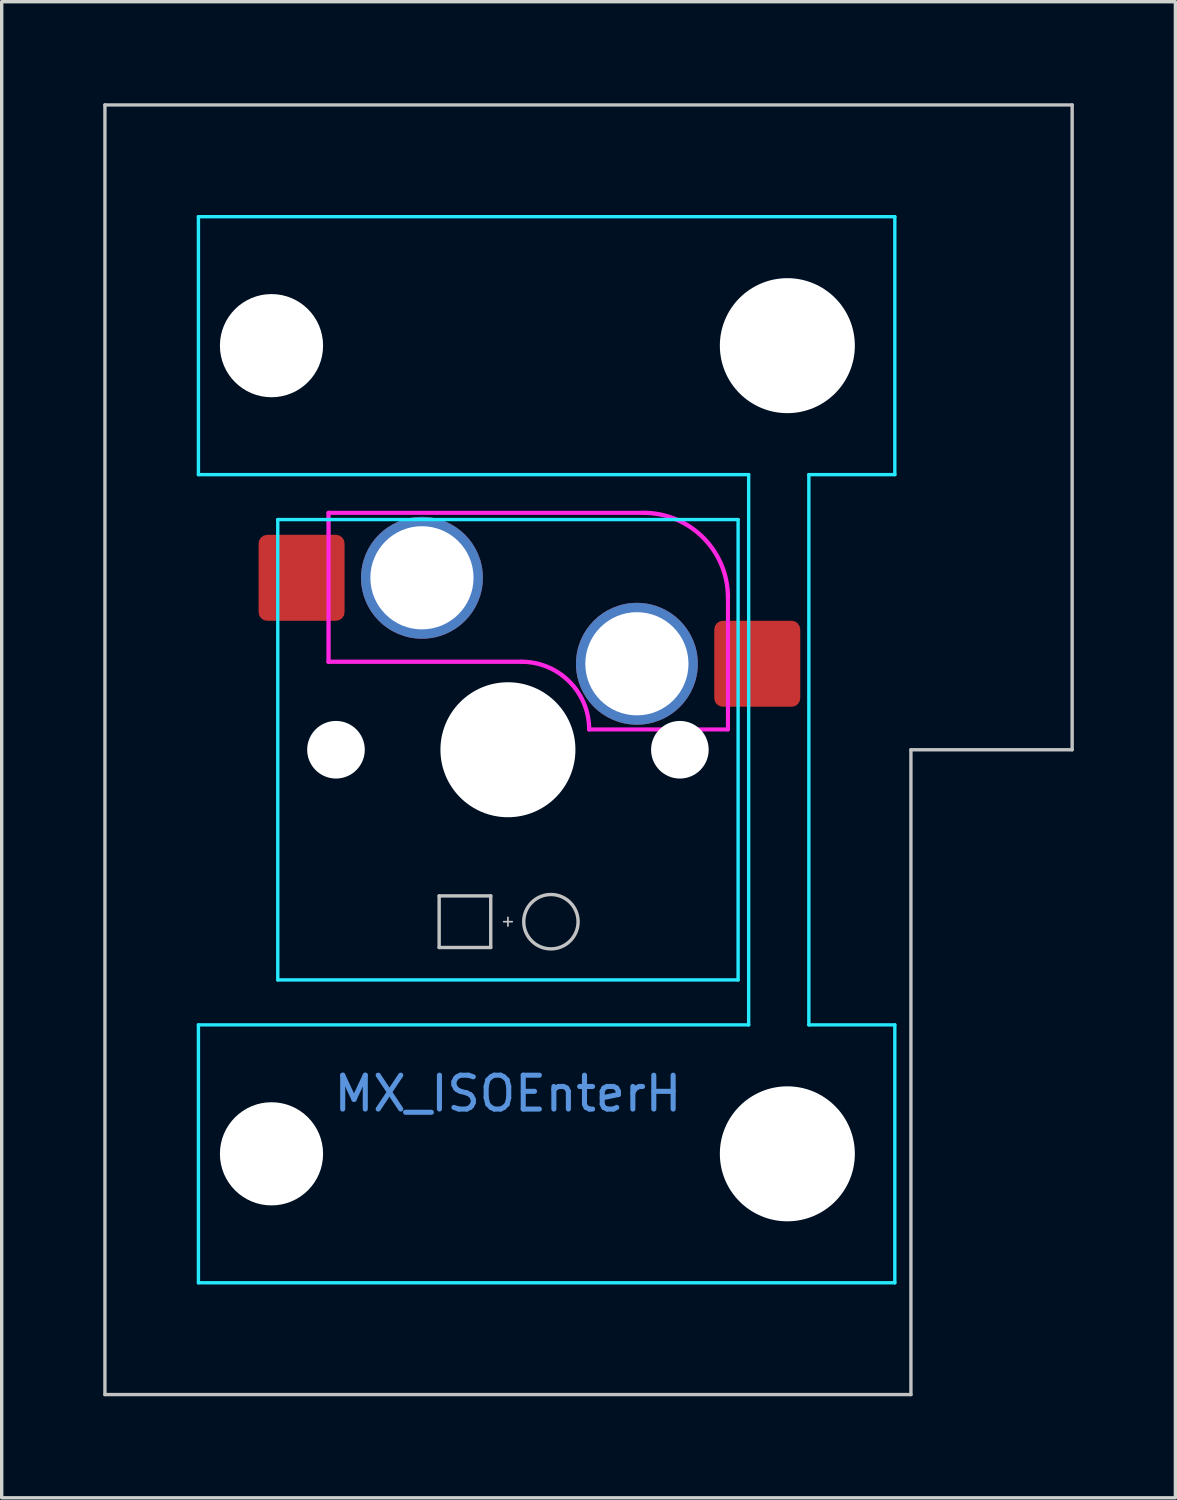
<source format=kicad_pcb>
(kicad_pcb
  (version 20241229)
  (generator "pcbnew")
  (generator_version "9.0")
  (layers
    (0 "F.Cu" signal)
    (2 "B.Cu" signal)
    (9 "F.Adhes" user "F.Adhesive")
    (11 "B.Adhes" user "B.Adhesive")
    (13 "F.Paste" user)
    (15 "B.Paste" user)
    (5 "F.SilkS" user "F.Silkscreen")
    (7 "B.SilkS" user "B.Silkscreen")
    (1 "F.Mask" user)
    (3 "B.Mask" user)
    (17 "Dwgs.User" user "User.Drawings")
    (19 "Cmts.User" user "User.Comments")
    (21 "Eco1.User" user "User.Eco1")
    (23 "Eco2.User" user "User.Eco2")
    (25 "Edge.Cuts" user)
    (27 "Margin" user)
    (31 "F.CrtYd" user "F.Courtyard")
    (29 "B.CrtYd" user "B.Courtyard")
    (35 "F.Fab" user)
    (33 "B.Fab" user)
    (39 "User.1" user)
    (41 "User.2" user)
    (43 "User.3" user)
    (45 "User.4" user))
  (footprint "MX_ISOEnterH"
    (layer "F.Cu")
    (at 11.956 19.1)
    (property "Reference" "MX_ISOEnterH" (at 0 10.16 0) (unlocked yes) (layer "Cmts.User") (effects (font (size 1 1) (thickness 0.15))))
    (attr smd)
    (fp_line (start -11.906 19.05) (end -11.906 -19.05) (stroke (width 0.1) (type solid)) (layer "Dwgs.User"))
    (fp_line (start -2.032 4.318) (end -2.032 5.842) (stroke (width 0.1) (type solid)) (layer "Dwgs.User"))
    (fp_line (start -2.032 5.842) (end -0.508 5.842) (stroke (width 0.1) (type solid)) (layer "Dwgs.User"))
    (fp_line (start -0.508 4.318) (end -2.032 4.318) (stroke (width 0.1) (type solid)) (layer "Dwgs.User"))
    (fp_line (start -0.508 4.318) (end -0.508 5.842) (stroke (width 0.1) (type solid)) (layer "Dwgs.User"))
    (fp_line (start -0.127 5.08) (end 0.127 5.08) (stroke (width 0.05) (type solid)) (layer "Dwgs.User"))
    (fp_line (start 0 5.207) (end 0 4.953) (stroke (width 0.05) (type solid)) (layer "Dwgs.User"))
    (fp_line (start 11.906 19.05) (end -11.906 19.05) (stroke (width 0.1) (type solid)) (layer "Dwgs.User"))
    (fp_line (start 11.906 19.05) (end 11.906 0) (stroke (width 0.1) (type solid)) (layer "Dwgs.User"))
    (fp_line (start 16.669 -19.05) (end -11.906 -19.05) (stroke (width 0.1) (type solid)) (layer "Dwgs.User"))
    (fp_line (start 16.669 0) (end 11.906 0) (stroke (width 0.1) (type solid)) (layer "Dwgs.User"))
    (fp_line (start 16.669 0) (end 16.669 -19.05) (stroke (width 0.1) (type solid)) (layer "Dwgs.User"))
    (fp_circle (center 1.27 5.08) (end 1.27 5.883) (stroke (width 0.1) (type solid)) (fill no) (layer "Dwgs.User"))
    (fp_line (start -7 -6.5) (end -7 6.5) (stroke (width 0.1) (type solid)) (layer "Eco1.User"))
    (fp_line (start -6.5 7) (end 6.5 7) (stroke (width 0.1) (type solid)) (layer "Eco1.User"))
    (fp_line (start -5.985 -8.938) (end -5.985 -14.938) (stroke (width 0.1) (type solid)) (layer "Eco1.User"))
    (fp_line (start -5.985 14.938) (end -5.985 8.938) (stroke (width 0.1) (type solid)) (layer "Eco1.User"))
    (fp_line (start -5.485 -8.438) (end 8.515 -8.438) (stroke (width 0.1) (type solid)) (layer "Eco1.User"))
    (fp_line (start -5.485 15.438) (end 8.515 15.438) (stroke (width 0.1) (type solid)) (layer "Eco1.User"))
    (fp_line (start 6.5 -7) (end -6.5 -7) (stroke (width 0.1) (type solid)) (layer "Eco1.User"))
    (fp_line (start 7 6.5) (end 7 -6.5) (stroke (width 0.1) (type solid)) (layer "Eco1.User"))
    (fp_line (start 8.515 -15.438) (end -5.485 -15.438) (stroke (width 0.1) (type solid)) (layer "Eco1.User"))
    (fp_line (start 8.515 8.438) (end -5.485 8.438) (stroke (width 0.1) (type solid)) (layer "Eco1.User"))
    (fp_line (start 9.015 -14.938) (end 9.015 -8.938) (stroke (width 0.1) (type solid)) (layer "Eco1.User"))
    (fp_line (start 9.015 8.938) (end 9.015 14.938) (stroke (width 0.1) (type solid)) (layer "Eco1.User"))
    (fp_arc (start -7 -6.5) (mid -6.853553 -6.853553) (end -6.5 -7) (stroke (width 0.1) (type solid)) (layer "Eco1.User"))
    (fp_arc (start -6.5 7) (mid -6.853553 6.853553) (end -7 6.5) (stroke (width 0.1) (type solid)) (layer "Eco1.User"))
    (fp_arc (start -5.985 -14.938) (mid -5.838553 -15.291553) (end -5.485 -15.438) (stroke (width 0.1) (type solid)) (layer "Eco1.User"))
    (fp_arc (start -5.985 8.938) (mid -5.838553 8.584447) (end -5.485 8.438) (stroke (width 0.1) (type solid)) (layer "Eco1.User"))
    (fp_arc (start -5.485 -8.438) (mid -5.838553 -8.584447) (end -5.985 -8.938) (stroke (width 0.1) (type solid)) (layer "Eco1.User"))
    (fp_arc (start -5.485 15.438) (mid -5.838553 15.291553) (end -5.985 14.938) (stroke (width 0.1) (type solid)) (layer "Eco1.User"))
    (fp_arc (start 6.5 -7) (mid 6.853553 -6.853553) (end 7 -6.5) (stroke (width 0.1) (type solid)) (layer "Eco1.User"))
    (fp_arc (start 7 6.5) (mid 6.853553 6.853553) (end 6.5 7) (stroke (width 0.1) (type solid)) (layer "Eco1.User"))
    (fp_arc (start 8.515 -15.438) (mid 8.868553 -15.291553) (end 9.015 -14.938) (stroke (width 0.1) (type solid)) (layer "Eco1.User"))
    (fp_arc (start 8.515 8.438) (mid 8.868553 8.584447) (end 9.015 8.938) (stroke (width 0.1) (type solid)) (layer "Eco1.User"))
    (fp_arc (start 9.015 -8.938) (mid 8.868553 -8.584447) (end 8.515 -8.438) (stroke (width 0.1) (type solid)) (layer "Eco1.User"))
    (fp_arc (start 9.015 14.938) (mid 8.868553 15.291553) (end 8.515 15.438) (stroke (width 0.1) (type solid)) (layer "Eco1.User"))
    (fp_line (start -9.144 -15.748) (end 11.43 -15.748) (stroke (width 0.1) (type solid)) (layer "B.CrtYd"))
    (fp_line (start -9.144 -8.128) (end -9.144 -15.748) (stroke (width 0.1) (type solid)) (layer "B.CrtYd"))
    (fp_line (start -9.144 -8.128) (end 7.112 -8.128) (stroke (width 0.1) (type solid)) (layer "B.CrtYd"))
    (fp_line (start -9.144 8.128) (end 7.112 8.128) (stroke (width 0.1) (type solid)) (layer "B.CrtYd"))
    (fp_line (start -9.144 15.748) (end -9.144 8.128) (stroke (width 0.1) (type solid)) (layer "B.CrtYd"))
    (fp_line (start -6.8 6.8) (end -6.8 -6.8) (stroke (width 0.1) (type solid)) (layer "B.CrtYd"))
    (fp_line (start 6.8 -6.8) (end -6.8 -6.8) (stroke (width 0.1) (type solid)) (layer "B.CrtYd"))
    (fp_line (start 6.8 6.8) (end -6.8 6.8) (stroke (width 0.1) (type solid)) (layer "B.CrtYd"))
    (fp_line (start 6.8 6.8) (end 6.8 -6.8) (stroke (width 0.1) (type solid)) (layer "B.CrtYd"))
    (fp_line (start 7.112 8.128) (end 7.112 -8.128) (stroke (width 0.1) (type solid)) (layer "B.CrtYd"))
    (fp_line (start 8.89 8.128) (end 8.89 -8.128) (stroke (width 0.1) (type solid)) (layer "B.CrtYd"))
    (fp_line (start 11.43 -15.748) (end 11.43 -8.128) (stroke (width 0.1) (type solid)) (layer "B.CrtYd"))
    (fp_line (start 11.43 -8.128) (end 8.89 -8.128) (stroke (width 0.1) (type solid)) (layer "B.CrtYd"))
    (fp_line (start 11.43 8.128) (end 8.89 8.128) (stroke (width 0.1) (type solid)) (layer "B.CrtYd"))
    (fp_line (start 11.43 8.128) (end 11.43 15.748) (stroke (width 0.1) (type solid)) (layer "B.CrtYd"))
    (fp_line (start 11.43 15.748) (end -9.144 15.748) (stroke (width 0.1) (type solid)) (layer "B.CrtYd"))
    (fp_line (start -5.3 -7) (end -5.3 -2.6) (stroke (width 0.127) (type solid)) (layer "F.CrtYd"))
    (fp_line (start 0.4 -2.6) (end -5.3 -2.6) (stroke (width 0.127) (type solid)) (layer "F.CrtYd"))
    (fp_line (start 4 -7) (end -5.3 -7) (stroke (width 0.12) (type solid)) (layer "F.CrtYd"))
    (fp_line (start 6.5 -4.5) (end 6.5 -0.6) (stroke (width 0.12) (type solid)) (layer "F.CrtYd"))
    (fp_line (start 6.5 -0.6) (end 2.4 -0.6) (stroke (width 0.12) (type solid)) (layer "F.CrtYd"))
    (fp_arc (start 0.4 -2.6) (mid 1.814214 -2.014214) (end 2.4 -0.6) (stroke (width 0.127) (type solid)) (layer "F.CrtYd"))
    (fp_arc (start 4 -7) (mid 5.767767 -6.267767) (end 6.5 -4.5) (stroke (width 0.127) (type solid)) (layer "F.CrtYd"))
    (pad "" np_thru_hole circle (at -6.985 -11.938 90) (size 3.048 3.048) (drill 3.048) (layers "*.Cu" "*.Mask"))
    (pad "" np_thru_hole circle (at -6.985 11.938 90) (size 3.048 3.048) (drill 3.048) (layers "*.Cu" "*.Mask"))
    (pad "" np_thru_hole circle (at -5.08 0 270) (size 1.702 1.702) (drill 1.702) (layers "*.Cu" "*.Mask"))
    (pad "" thru_hole circle (at -2.54 -5.08) (size 3.6 3.6) (drill 3.048) (layers "*.Cu" "*.Mask"))
    (pad "" np_thru_hole circle (at 0 0) (size 3.988 3.988) (drill 3.988) (layers "*.Cu" "*.Mask"))
    (pad "" thru_hole circle (at 3.81 -2.54) (size 3.6 3.6) (drill 3.048) (layers "*.Cu" "*.Mask"))
    (pad "" np_thru_hole circle (at 5.08 0 270) (size 1.702 1.702) (drill 1.702) (layers "*.Cu" "*.Mask"))
    (pad "" np_thru_hole circle (at 8.255 -11.938 90) (size 3.988 3.988) (drill 3.988) (layers "*.Cu" "*.Mask"))
    (pad "" np_thru_hole circle (at 8.255 11.938 90) (size 3.988 3.988) (drill 3.988) (layers "*.Cu" "*.Mask"))
    (pad "1" smd roundrect (at -6.096 -5.08) (size 2.54 2.54) (layers "F.Cu" "F.Mask") (roundrect_rratio 0.1))
    (pad "2" smd roundrect (at 7.366 -2.54) (size 2.54 2.54) (layers "F.Cu" "F.Mask") (roundrect_rratio 0.1)))
  (gr_rect
    (start -3 -3)
    (end 31.675 41.2)
    (stroke (width 0.1) (type default))
    (fill no)
    (layer "Edge.Cuts")))
</source>
